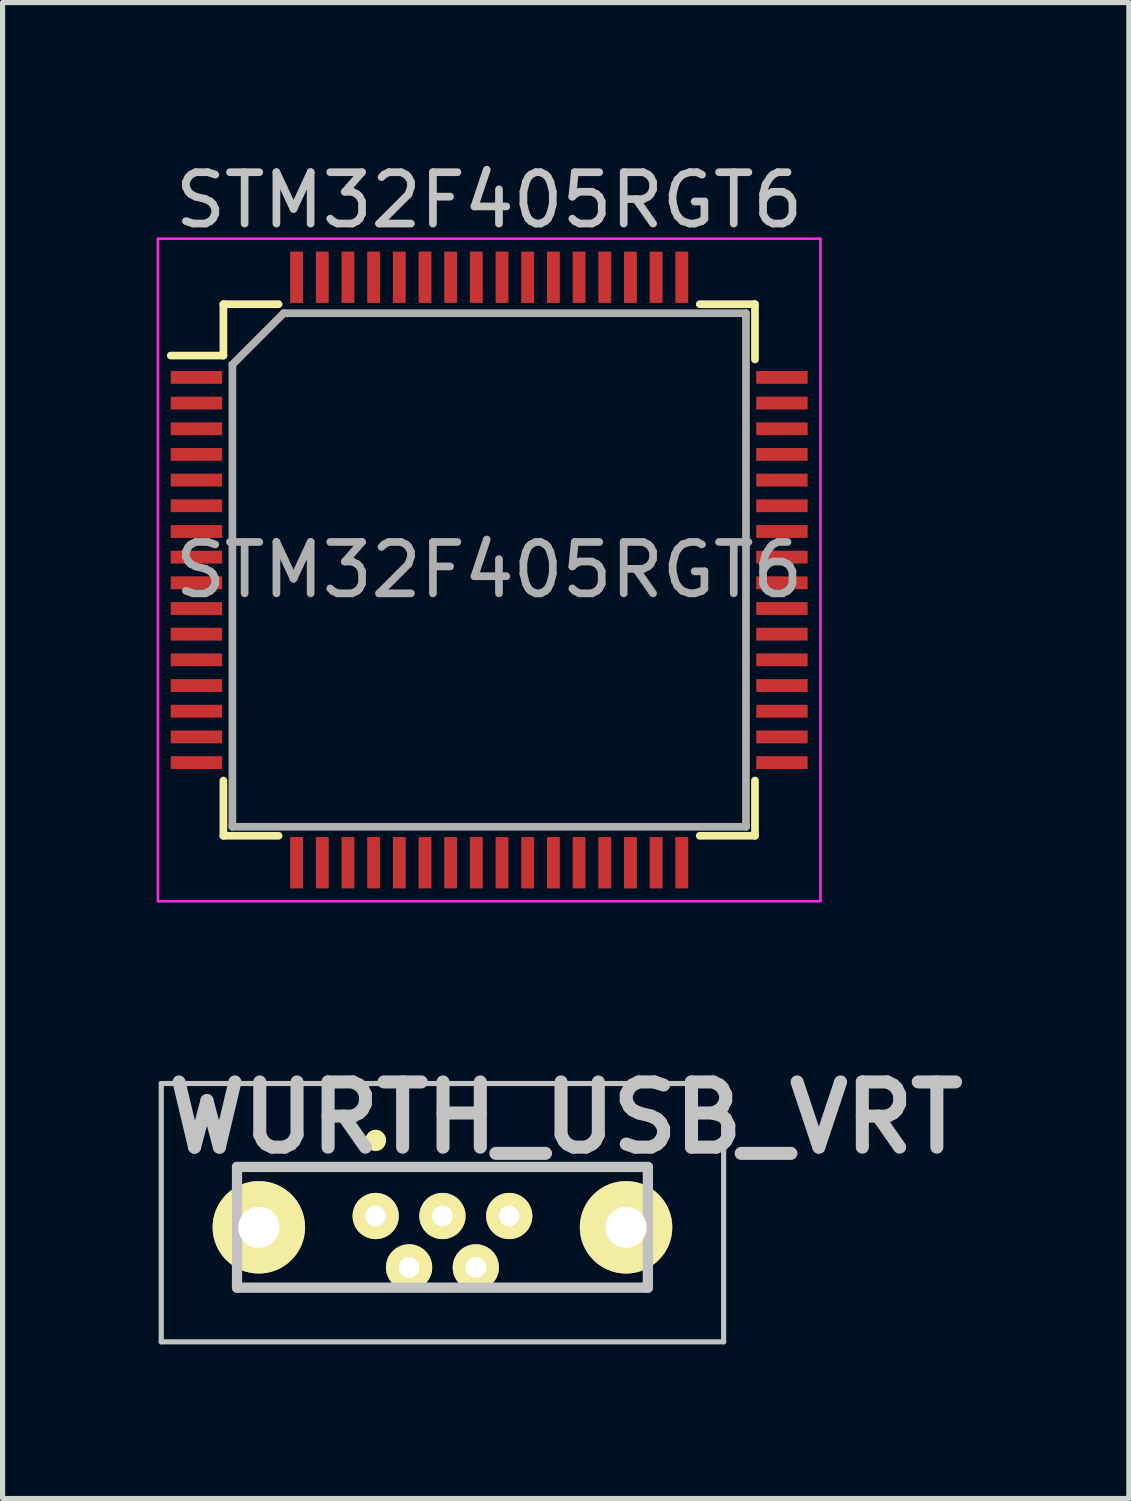
<source format=kicad_pcb>
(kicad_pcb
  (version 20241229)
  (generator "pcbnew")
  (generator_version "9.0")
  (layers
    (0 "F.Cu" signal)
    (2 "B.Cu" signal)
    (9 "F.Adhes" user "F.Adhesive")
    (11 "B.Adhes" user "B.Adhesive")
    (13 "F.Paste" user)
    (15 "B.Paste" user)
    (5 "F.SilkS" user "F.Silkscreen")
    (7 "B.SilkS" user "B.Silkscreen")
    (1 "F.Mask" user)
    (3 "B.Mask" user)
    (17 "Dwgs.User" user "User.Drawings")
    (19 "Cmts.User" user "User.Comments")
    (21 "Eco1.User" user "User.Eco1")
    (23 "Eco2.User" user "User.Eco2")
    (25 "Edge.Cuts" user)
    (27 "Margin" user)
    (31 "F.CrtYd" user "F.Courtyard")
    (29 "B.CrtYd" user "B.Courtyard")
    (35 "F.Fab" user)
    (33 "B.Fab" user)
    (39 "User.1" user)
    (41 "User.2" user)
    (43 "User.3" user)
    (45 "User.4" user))
  (footprint "STM32F405RGT6"
    (layer "F.Cu")
    (at 6.475 8.048)
    (property "Reference" "STM32F405RGT6" (at 0 -7.2 0) (layer "Dwgs.User") (effects (font (size 1 1) (thickness 0.15))))
    (attr smd)
    (fp_line (start -5.175 -5.175) (end -5.175 -4.175) (stroke (width 0.15) (type solid)) (layer "F.SilkS"))
    (fp_line (start -5.175 -5.175) (end -4.1 -5.175) (stroke (width 0.15) (type solid)) (layer "F.SilkS"))
    (fp_line (start -5.175 -4.175) (end -6.2 -4.175) (stroke (width 0.15) (type solid)) (layer "F.SilkS"))
    (fp_line (start -5.175 5.175) (end -5.175 4.1) (stroke (width 0.15) (type solid)) (layer "F.SilkS"))
    (fp_line (start -5.175 5.175) (end -4.1 5.175) (stroke (width 0.15) (type solid)) (layer "F.SilkS"))
    (fp_line (start 5.175 -5.175) (end 4.1 -5.175) (stroke (width 0.15) (type solid)) (layer "F.SilkS"))
    (fp_line (start 5.175 -5.175) (end 5.175 -4.1) (stroke (width 0.15) (type solid)) (layer "F.SilkS"))
    (fp_line (start 5.175 5.175) (end 4.1 5.175) (stroke (width 0.15) (type solid)) (layer "F.SilkS"))
    (fp_line (start 5.175 5.175) (end 5.175 4.1) (stroke (width 0.15) (type solid)) (layer "F.SilkS"))
    (fp_line (start -6.45 -6.45) (end -6.45 6.45) (stroke (width 0.05) (type solid)) (layer "F.CrtYd"))
    (fp_line (start -6.45 -6.45) (end 6.45 -6.45) (stroke (width 0.05) (type solid)) (layer "F.CrtYd"))
    (fp_line (start -6.45 6.45) (end 6.45 6.45) (stroke (width 0.05) (type solid)) (layer "F.CrtYd"))
    (fp_line (start 6.45 -6.45) (end 6.45 6.45) (stroke (width 0.05) (type solid)) (layer "F.CrtYd"))
    (fp_line (start -5 -4) (end -4 -5) (stroke (width 0.15) (type solid)) (layer "F.Fab"))
    (fp_line (start -5 5) (end -5 -4) (stroke (width 0.15) (type solid)) (layer "F.Fab"))
    (fp_line (start -4 -5) (end 5 -5) (stroke (width 0.15) (type solid)) (layer "F.Fab"))
    (fp_line (start 5 -5) (end 5 5) (stroke (width 0.15) (type solid)) (layer "F.Fab"))
    (fp_line (start 5 5) (end -5 5) (stroke (width 0.15) (type solid)) (layer "F.Fab"))
    (fp_text user "${REFERENCE}" (at 0 0 0) (layer "F.Fab") (effects (font (size 1 1) (thickness 0.15))))
    (pad "1" smd rect (at -5.7 -3.75) (size 1 0.25) (layers "F.Cu" "F.Mask" "F.Paste"))
    (pad "2" smd rect (at -5.7 -3.25) (size 1 0.25) (layers "F.Cu" "F.Mask" "F.Paste"))
    (pad "3" smd rect (at -5.7 -2.75) (size 1 0.25) (layers "F.Cu" "F.Mask" "F.Paste"))
    (pad "4" smd rect (at -5.7 -2.25) (size 1 0.25) (layers "F.Cu" "F.Mask" "F.Paste"))
    (pad "5" smd rect (at -5.7 -1.75) (size 1 0.25) (layers "F.Cu" "F.Mask" "F.Paste"))
    (pad "6" smd rect (at -5.7 -1.25) (size 1 0.25) (layers "F.Cu" "F.Mask" "F.Paste"))
    (pad "7" smd rect (at -5.7 -0.75) (size 1 0.25) (layers "F.Cu" "F.Mask" "F.Paste"))
    (pad "8" smd rect (at -5.7 -0.25) (size 1 0.25) (layers "F.Cu" "F.Mask" "F.Paste"))
    (pad "9" smd rect (at -5.7 0.25) (size 1 0.25) (layers "F.Cu" "F.Mask" "F.Paste"))
    (pad "10" smd rect (at -5.7 0.75) (size 1 0.25) (layers "F.Cu" "F.Mask" "F.Paste"))
    (pad "11" smd rect (at -5.7 1.25) (size 1 0.25) (layers "F.Cu" "F.Mask" "F.Paste"))
    (pad "12" smd rect (at -5.7 1.75) (size 1 0.25) (layers "F.Cu" "F.Mask" "F.Paste"))
    (pad "13" smd rect (at -5.7 2.25) (size 1 0.25) (layers "F.Cu" "F.Mask" "F.Paste"))
    (pad "14" smd rect (at -5.7 2.75) (size 1 0.25) (layers "F.Cu" "F.Mask" "F.Paste"))
    (pad "15" smd rect (at -5.7 3.25) (size 1 0.25) (layers "F.Cu" "F.Mask" "F.Paste"))
    (pad "16" smd rect (at -5.7 3.75) (size 1 0.25) (layers "F.Cu" "F.Mask" "F.Paste"))
    (pad "17" smd rect (at -3.75 5.7 90) (size 1 0.25) (layers "F.Cu" "F.Mask" "F.Paste"))
    (pad "18" smd rect (at -3.25 5.7 90) (size 1 0.25) (layers "F.Cu" "F.Mask" "F.Paste"))
    (pad "19" smd rect (at -2.75 5.7 90) (size 1 0.25) (layers "F.Cu" "F.Mask" "F.Paste"))
    (pad "20" smd rect (at -2.25 5.7 90) (size 1 0.25) (layers "F.Cu" "F.Mask" "F.Paste"))
    (pad "21" smd rect (at -1.75 5.7 90) (size 1 0.25) (layers "F.Cu" "F.Mask" "F.Paste"))
    (pad "22" smd rect (at -1.25 5.7 90) (size 1 0.25) (layers "F.Cu" "F.Mask" "F.Paste"))
    (pad "23" smd rect (at -0.75 5.7 90) (size 1 0.25) (layers "F.Cu" "F.Mask" "F.Paste"))
    (pad "24" smd rect (at -0.25 5.7 90) (size 1 0.25) (layers "F.Cu" "F.Mask" "F.Paste"))
    (pad "25" smd rect (at 0.25 5.7 90) (size 1 0.25) (layers "F.Cu" "F.Mask" "F.Paste"))
    (pad "26" smd rect (at 0.75 5.7 90) (size 1 0.25) (layers "F.Cu" "F.Mask" "F.Paste"))
    (pad "27" smd rect (at 1.25 5.7 90) (size 1 0.25) (layers "F.Cu" "F.Mask" "F.Paste"))
    (pad "28" smd rect (at 1.75 5.7 90) (size 1 0.25) (layers "F.Cu" "F.Mask" "F.Paste"))
    (pad "29" smd rect (at 2.25 5.7 90) (size 1 0.25) (layers "F.Cu" "F.Mask" "F.Paste"))
    (pad "30" smd rect (at 2.75 5.7 90) (size 1 0.25) (layers "F.Cu" "F.Mask" "F.Paste"))
    (pad "31" smd rect (at 3.25 5.7 90) (size 1 0.25) (layers "F.Cu" "F.Mask" "F.Paste"))
    (pad "32" smd rect (at 3.75 5.7 90) (size 1 0.25) (layers "F.Cu" "F.Mask" "F.Paste"))
    (pad "33" smd rect (at 5.7 3.75) (size 1 0.25) (layers "F.Cu" "F.Mask" "F.Paste"))
    (pad "34" smd rect (at 5.7 3.25) (size 1 0.25) (layers "F.Cu" "F.Mask" "F.Paste"))
    (pad "35" smd rect (at 5.7 2.75) (size 1 0.25) (layers "F.Cu" "F.Mask" "F.Paste"))
    (pad "36" smd rect (at 5.7 2.25) (size 1 0.25) (layers "F.Cu" "F.Mask" "F.Paste"))
    (pad "37" smd rect (at 5.7 1.75) (size 1 0.25) (layers "F.Cu" "F.Mask" "F.Paste"))
    (pad "38" smd rect (at 5.7 1.25) (size 1 0.25) (layers "F.Cu" "F.Mask" "F.Paste"))
    (pad "39" smd rect (at 5.7 0.75) (size 1 0.25) (layers "F.Cu" "F.Mask" "F.Paste"))
    (pad "40" smd rect (at 5.7 0.25) (size 1 0.25) (layers "F.Cu" "F.Mask" "F.Paste"))
    (pad "41" smd rect (at 5.7 -0.25) (size 1 0.25) (layers "F.Cu" "F.Mask" "F.Paste"))
    (pad "42" smd rect (at 5.7 -0.75) (size 1 0.25) (layers "F.Cu" "F.Mask" "F.Paste"))
    (pad "43" smd rect (at 5.7 -1.25) (size 1 0.25) (layers "F.Cu" "F.Mask" "F.Paste"))
    (pad "44" smd rect (at 5.7 -1.75) (size 1 0.25) (layers "F.Cu" "F.Mask" "F.Paste"))
    (pad "45" smd rect (at 5.7 -2.25) (size 1 0.25) (layers "F.Cu" "F.Mask" "F.Paste"))
    (pad "46" smd rect (at 5.7 -2.75) (size 1 0.25) (layers "F.Cu" "F.Mask" "F.Paste"))
    (pad "47" smd rect (at 5.7 -3.25) (size 1 0.25) (layers "F.Cu" "F.Mask" "F.Paste"))
    (pad "48" smd rect (at 5.7 -3.75) (size 1 0.25) (layers "F.Cu" "F.Mask" "F.Paste"))
    (pad "49" smd rect (at 3.75 -5.7 90) (size 1 0.25) (layers "F.Cu" "F.Mask" "F.Paste"))
    (pad "50" smd rect (at 3.25 -5.7 90) (size 1 0.25) (layers "F.Cu" "F.Mask" "F.Paste"))
    (pad "51" smd rect (at 2.75 -5.7 90) (size 1 0.25) (layers "F.Cu" "F.Mask" "F.Paste"))
    (pad "52" smd rect (at 2.25 -5.7 90) (size 1 0.25) (layers "F.Cu" "F.Mask" "F.Paste"))
    (pad "53" smd rect (at 1.75 -5.7 90) (size 1 0.25) (layers "F.Cu" "F.Mask" "F.Paste"))
    (pad "54" smd rect (at 1.25 -5.7 90) (size 1 0.25) (layers "F.Cu" "F.Mask" "F.Paste"))
    (pad "55" smd rect (at 0.75 -5.7 90) (size 1 0.25) (layers "F.Cu" "F.Mask" "F.Paste"))
    (pad "56" smd rect (at 0.25 -5.7 90) (size 1 0.25) (layers "F.Cu" "F.Mask" "F.Paste"))
    (pad "57" smd rect (at -0.25 -5.7 90) (size 1 0.25) (layers "F.Cu" "F.Mask" "F.Paste"))
    (pad "58" smd rect (at -0.75 -5.7 90) (size 1 0.25) (layers "F.Cu" "F.Mask" "F.Paste"))
    (pad "59" smd rect (at -1.25 -5.7 90) (size 1 0.25) (layers "F.Cu" "F.Mask" "F.Paste"))
    (pad "60" smd rect (at -1.75 -5.7 90) (size 1 0.25) (layers "F.Cu" "F.Mask" "F.Paste"))
    (pad "61" smd rect (at -2.25 -5.7 90) (size 1 0.25) (layers "F.Cu" "F.Mask" "F.Paste"))
    (pad "62" smd rect (at -2.75 -5.7 90) (size 1 0.25) (layers "F.Cu" "F.Mask" "F.Paste"))
    (pad "63" smd rect (at -3.25 -5.7 90) (size 1 0.25) (layers "F.Cu" "F.Mask" "F.Paste"))
    (pad "64" smd rect (at -3.75 -5.7 90) (size 1 0.25) (layers "F.Cu" "F.Mask" "F.Paste")))
  (footprint "WURTH_USB_VRT"
    (layer "F.Cu")
    (at 5.565 20.562)
    (property "Reference" "WURTH_USB_VRT" (at 2.4 -1.85 0) (layer "Dwgs.User") (effects (font (size 1.27 1.27) (thickness 0.254))))
    (attr through_hole)
    (fp_line (start -4 -0.89) (end 4 -0.89) (stroke (width 0.1) (type solid)) (layer "F.SilkS"))
    (fp_line (start -4 1.46) (end -1.5 1.46) (stroke (width 0.1) (type solid)) (layer "F.SilkS"))
    (fp_line (start -1.4 -1.415) (end -1.4 -1.415) (stroke (width 0.2) (type solid)) (layer "F.SilkS"))
    (fp_line (start -1.2 -1.415) (end -1.2 -1.415) (stroke (width 0.2) (type solid)) (layer "F.SilkS"))
    (fp_line (start 1.5 1.46) (end 4 1.46) (stroke (width 0.1) (type solid)) (layer "F.SilkS"))
    (fp_arc (start -1.4 -1.415) (mid -1.3 -1.515) (end -1.2 -1.415) (stroke (width 0.2) (type solid)) (layer "F.SilkS"))
    (fp_arc (start -1.199948 -1.399944) (mid -1.299948 -1.299944) (end -1.399948 -1.399944) (stroke (width 0.2) (type solid)) (layer "F.SilkS"))
    (fp_line (start -5.475 -2.515) (end 5.475 -2.515) (stroke (width 0.1) (type solid)) (layer "Dwgs.User"))
    (fp_line (start -5.475 2.515) (end -5.475 -2.515) (stroke (width 0.1) (type solid)) (layer "Dwgs.User"))
    (fp_line (start -4 -0.89) (end 4 -0.89) (stroke (width 0.2) (type solid)) (layer "Dwgs.User"))
    (fp_line (start -4 1.46) (end -4 -0.89) (stroke (width 0.2) (type solid)) (layer "Dwgs.User"))
    (fp_line (start 4 -0.89) (end 4 1.46) (stroke (width 0.2) (type solid)) (layer "Dwgs.User"))
    (fp_line (start 4 1.46) (end -4 1.46) (stroke (width 0.2) (type solid)) (layer "Dwgs.User"))
    (fp_line (start 5.475 -2.515) (end 5.475 2.515) (stroke (width 0.1) (type solid)) (layer "Dwgs.User"))
    (fp_line (start 5.475 2.515) (end -5.475 2.515) (stroke (width 0.1) (type solid)) (layer "Dwgs.User"))
    (pad "1" thru_hole circle (at -1.3 0.065 90) (size 0.9 0.9) (drill 0.4) (layers "*.Cu" "*.Mask" "F.SilkS"))
    (pad "2" thru_hole circle (at -0.65 1.065 90) (size 0.9 0.9) (drill 0.4) (layers "*.Cu" "*.Mask" "F.SilkS"))
    (pad "3" thru_hole circle (at 0 0.065 90) (size 0.9 0.9) (drill 0.4) (layers "*.Cu" "*.Mask" "F.SilkS"))
    (pad "4" thru_hole circle (at 0.65 1.065 90) (size 0.9 0.9) (drill 0.4) (layers "*.Cu" "*.Mask" "F.SilkS"))
    (pad "5" thru_hole circle (at 1.3 0.065 90) (size 0.9 0.9) (drill 0.4) (layers "*.Cu" "*.Mask" "F.SilkS"))
    (pad "6" thru_hole circle (at -3.575 0.285 90) (size 1.8 1.8) (drill 0.8) (layers "*.Cu" "*.Mask" "F.SilkS"))
    (pad "7" thru_hole circle (at 3.575 0.285 90) (size 1.8 1.8) (drill 0.8) (layers "*.Cu" "*.Mask" "F.SilkS")))
  (gr_rect
    (start -3 -3)
    (end 18.929 26.127)
    (stroke (width 0.1) (type default))
    (fill no)
    (layer "Edge.Cuts")))
</source>
